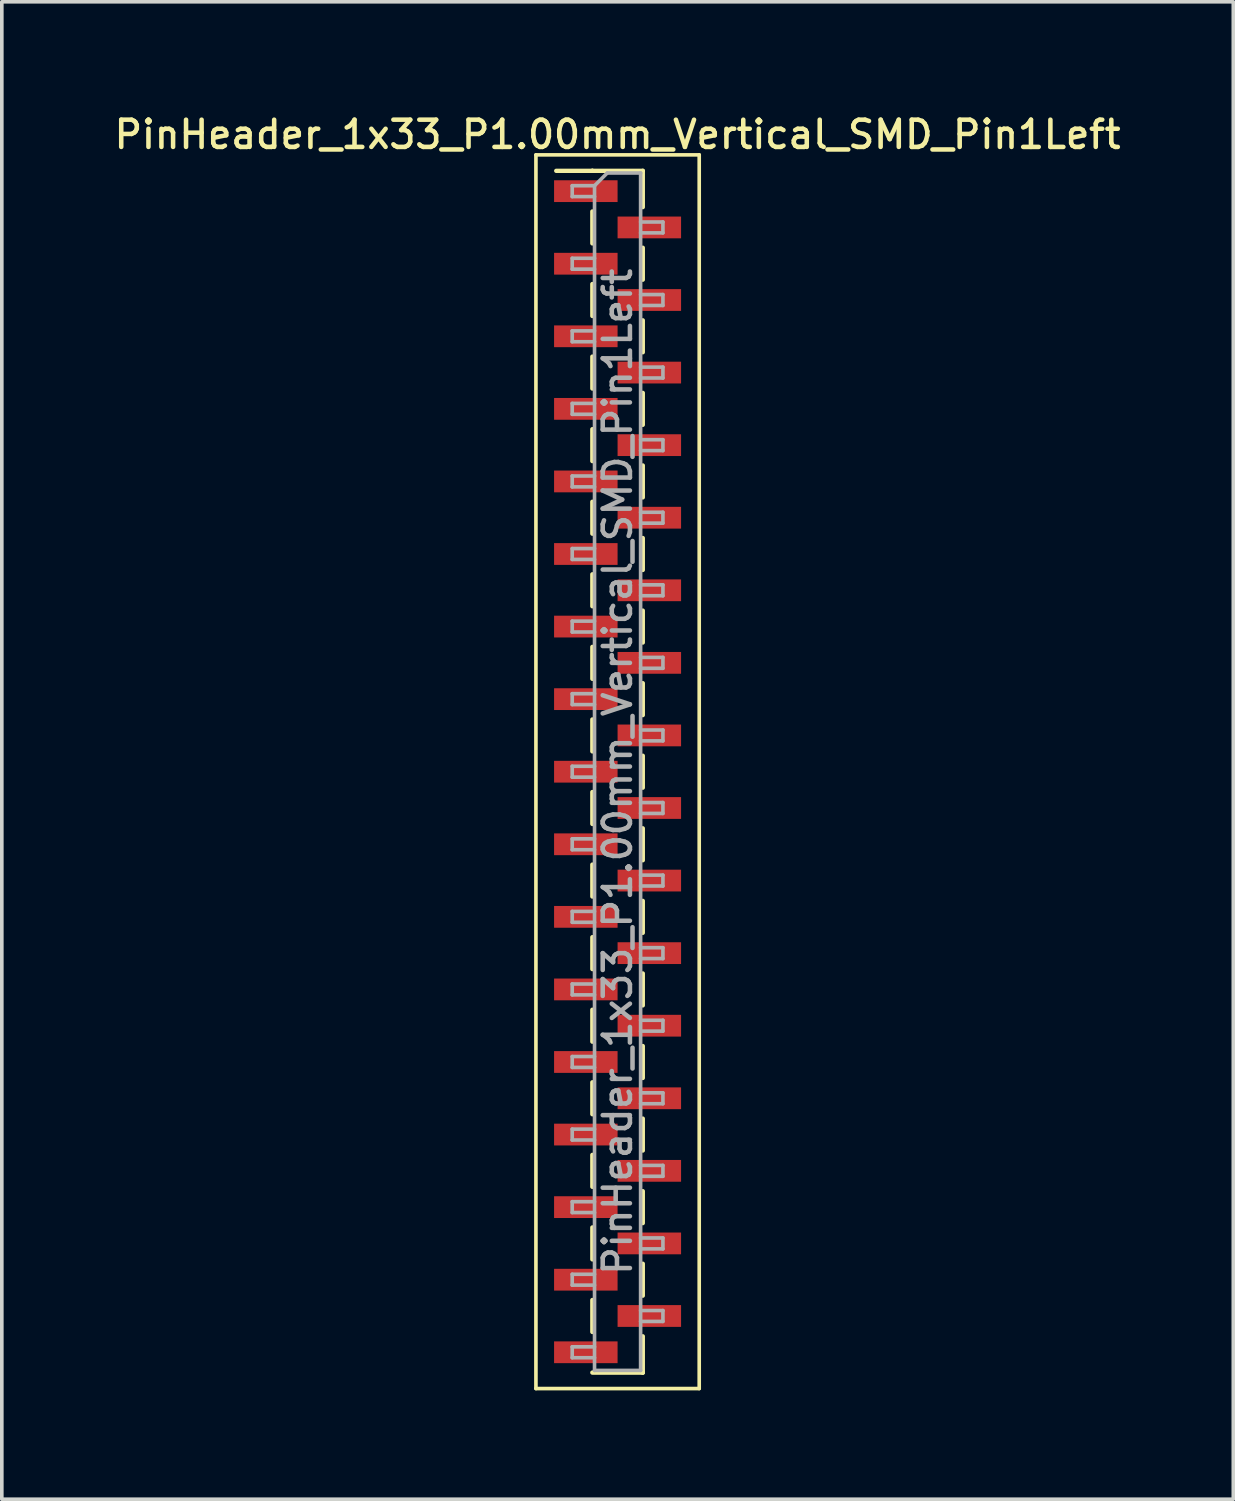
<source format=kicad_pcb>
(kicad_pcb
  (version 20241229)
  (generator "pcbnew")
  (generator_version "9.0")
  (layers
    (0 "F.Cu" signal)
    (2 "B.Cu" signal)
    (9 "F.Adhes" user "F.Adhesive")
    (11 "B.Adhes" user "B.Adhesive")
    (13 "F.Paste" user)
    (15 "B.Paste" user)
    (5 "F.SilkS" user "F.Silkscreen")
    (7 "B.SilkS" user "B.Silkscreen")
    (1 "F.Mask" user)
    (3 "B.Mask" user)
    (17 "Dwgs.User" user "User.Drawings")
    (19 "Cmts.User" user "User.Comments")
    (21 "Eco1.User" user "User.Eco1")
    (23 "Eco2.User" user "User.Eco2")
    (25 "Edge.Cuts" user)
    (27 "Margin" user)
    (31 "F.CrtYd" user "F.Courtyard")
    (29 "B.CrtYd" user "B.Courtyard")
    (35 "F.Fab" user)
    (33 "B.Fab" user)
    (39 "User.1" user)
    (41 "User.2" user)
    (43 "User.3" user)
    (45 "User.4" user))
  (footprint "PinHeader_1x33_P1.00mm_Vertical_SMD_Pin1Left"
    (layer "F.Cu")
    (at 13.97 18.218)
    (property "Reference" "PinHeader_1x33_P1.00mm_Vertical_SMD_Pin1Left" (at 0 -17.56 0) (layer "F.SilkS") (effects (font (size 0.75 0.75) (thickness 0.125))))
    (attr smd)
    (fp_line (start -2.25 -17) (end -2.25 17) (stroke (width 0.1) (type solid)) (layer "F.SilkS"))
    (fp_line (start -2.25 17) (end 2.25 17) (stroke (width 0.1) (type solid)) (layer "F.SilkS"))
    (fp_line (start -0.695 -16.56) (end -1.69 -16.56) (stroke (width 0.12) (type solid)) (layer "F.SilkS"))
    (fp_line (start -0.695 -16.56) (end -0.695 -16.56) (stroke (width 0.12) (type solid)) (layer "F.SilkS"))
    (fp_line (start -0.695 -16.56) (end 0.695 -16.56) (stroke (width 0.12) (type solid)) (layer "F.SilkS"))
    (fp_line (start -0.695 -15.44) (end -0.695 -14.56) (stroke (width 0.12) (type solid)) (layer "F.SilkS"))
    (fp_line (start -0.695 -13.44) (end -0.695 -12.56) (stroke (width 0.12) (type solid)) (layer "F.SilkS"))
    (fp_line (start -0.695 -11.44) (end -0.695 -10.56) (stroke (width 0.12) (type solid)) (layer "F.SilkS"))
    (fp_line (start -0.695 -9.44) (end -0.695 -8.56) (stroke (width 0.12) (type solid)) (layer "F.SilkS"))
    (fp_line (start -0.695 -7.44) (end -0.695 -6.56) (stroke (width 0.12) (type solid)) (layer "F.SilkS"))
    (fp_line (start -0.695 -5.44) (end -0.695 -4.56) (stroke (width 0.12) (type solid)) (layer "F.SilkS"))
    (fp_line (start -0.695 -3.44) (end -0.695 -2.56) (stroke (width 0.12) (type solid)) (layer "F.SilkS"))
    (fp_line (start -0.695 -1.44) (end -0.695 -0.56) (stroke (width 0.12) (type solid)) (layer "F.SilkS"))
    (fp_line (start -0.695 0.56) (end -0.695 1.44) (stroke (width 0.12) (type solid)) (layer "F.SilkS"))
    (fp_line (start -0.695 2.56) (end -0.695 3.44) (stroke (width 0.12) (type solid)) (layer "F.SilkS"))
    (fp_line (start -0.695 4.56) (end -0.695 5.44) (stroke (width 0.12) (type solid)) (layer "F.SilkS"))
    (fp_line (start -0.695 6.56) (end -0.695 7.44) (stroke (width 0.12) (type solid)) (layer "F.SilkS"))
    (fp_line (start -0.695 8.56) (end -0.695 9.44) (stroke (width 0.12) (type solid)) (layer "F.SilkS"))
    (fp_line (start -0.695 10.56) (end -0.695 11.44) (stroke (width 0.12) (type solid)) (layer "F.SilkS"))
    (fp_line (start -0.695 12.56) (end -0.695 13.44) (stroke (width 0.12) (type solid)) (layer "F.SilkS"))
    (fp_line (start -0.695 14.56) (end -0.695 15.44) (stroke (width 0.12) (type solid)) (layer "F.SilkS"))
    (fp_line (start -0.695 16.56) (end 0.695 16.56) (stroke (width 0.12) (type solid)) (layer "F.SilkS"))
    (fp_line (start 0.695 -16.56) (end 0.695 -15.56) (stroke (width 0.12) (type solid)) (layer "F.SilkS"))
    (fp_line (start 0.695 -14.44) (end 0.695 -13.56) (stroke (width 0.12) (type solid)) (layer "F.SilkS"))
    (fp_line (start 0.695 -12.44) (end 0.695 -11.56) (stroke (width 0.12) (type solid)) (layer "F.SilkS"))
    (fp_line (start 0.695 -10.44) (end 0.695 -9.56) (stroke (width 0.12) (type solid)) (layer "F.SilkS"))
    (fp_line (start 0.695 -8.44) (end 0.695 -7.56) (stroke (width 0.12) (type solid)) (layer "F.SilkS"))
    (fp_line (start 0.695 -6.44) (end 0.695 -5.56) (stroke (width 0.12) (type solid)) (layer "F.SilkS"))
    (fp_line (start 0.695 -4.44) (end 0.695 -3.56) (stroke (width 0.12) (type solid)) (layer "F.SilkS"))
    (fp_line (start 0.695 -2.44) (end 0.695 -1.56) (stroke (width 0.12) (type solid)) (layer "F.SilkS"))
    (fp_line (start 0.695 -0.44) (end 0.695 0.44) (stroke (width 0.12) (type solid)) (layer "F.SilkS"))
    (fp_line (start 0.695 1.56) (end 0.695 2.44) (stroke (width 0.12) (type solid)) (layer "F.SilkS"))
    (fp_line (start 0.695 3.56) (end 0.695 4.44) (stroke (width 0.12) (type solid)) (layer "F.SilkS"))
    (fp_line (start 0.695 5.56) (end 0.695 6.44) (stroke (width 0.12) (type solid)) (layer "F.SilkS"))
    (fp_line (start 0.695 7.56) (end 0.695 8.44) (stroke (width 0.12) (type solid)) (layer "F.SilkS"))
    (fp_line (start 0.695 9.56) (end 0.695 10.44) (stroke (width 0.12) (type solid)) (layer "F.SilkS"))
    (fp_line (start 0.695 11.56) (end 0.695 12.44) (stroke (width 0.12) (type solid)) (layer "F.SilkS"))
    (fp_line (start 0.695 13.56) (end 0.695 14.44) (stroke (width 0.12) (type solid)) (layer "F.SilkS"))
    (fp_line (start 0.695 15.56) (end 0.695 16.56) (stroke (width 0.12) (type solid)) (layer "F.SilkS"))
    (fp_line (start 0.695 16.56) (end 0.695 16.56) (stroke (width 0.12) (type solid)) (layer "F.SilkS"))
    (fp_line (start 2.25 -17) (end -2.25 -17) (stroke (width 0.1) (type solid)) (layer "F.SilkS"))
    (fp_line (start 2.25 17) (end 2.25 -17) (stroke (width 0.1) (type solid)) (layer "F.SilkS"))
    (fp_line (start -1.25 -16.15) (end -1.25 -15.85) (stroke (width 0.1) (type solid)) (layer "F.Fab"))
    (fp_line (start -1.25 -15.85) (end -0.635 -15.85) (stroke (width 0.1) (type solid)) (layer "F.Fab"))
    (fp_line (start -1.25 -14.15) (end -1.25 -13.85) (stroke (width 0.1) (type solid)) (layer "F.Fab"))
    (fp_line (start -1.25 -13.85) (end -0.635 -13.85) (stroke (width 0.1) (type solid)) (layer "F.Fab"))
    (fp_line (start -1.25 -12.15) (end -1.25 -11.85) (stroke (width 0.1) (type solid)) (layer "F.Fab"))
    (fp_line (start -1.25 -11.85) (end -0.635 -11.85) (stroke (width 0.1) (type solid)) (layer "F.Fab"))
    (fp_line (start -1.25 -10.15) (end -1.25 -9.85) (stroke (width 0.1) (type solid)) (layer "F.Fab"))
    (fp_line (start -1.25 -9.85) (end -0.635 -9.85) (stroke (width 0.1) (type solid)) (layer "F.Fab"))
    (fp_line (start -1.25 -8.15) (end -1.25 -7.85) (stroke (width 0.1) (type solid)) (layer "F.Fab"))
    (fp_line (start -1.25 -7.85) (end -0.635 -7.85) (stroke (width 0.1) (type solid)) (layer "F.Fab"))
    (fp_line (start -1.25 -6.15) (end -1.25 -5.85) (stroke (width 0.1) (type solid)) (layer "F.Fab"))
    (fp_line (start -1.25 -5.85) (end -0.635 -5.85) (stroke (width 0.1) (type solid)) (layer "F.Fab"))
    (fp_line (start -1.25 -4.15) (end -1.25 -3.85) (stroke (width 0.1) (type solid)) (layer "F.Fab"))
    (fp_line (start -1.25 -3.85) (end -0.635 -3.85) (stroke (width 0.1) (type solid)) (layer "F.Fab"))
    (fp_line (start -1.25 -2.15) (end -1.25 -1.85) (stroke (width 0.1) (type solid)) (layer "F.Fab"))
    (fp_line (start -1.25 -1.85) (end -0.635 -1.85) (stroke (width 0.1) (type solid)) (layer "F.Fab"))
    (fp_line (start -1.25 -0.15) (end -1.25 0.15) (stroke (width 0.1) (type solid)) (layer "F.Fab"))
    (fp_line (start -1.25 0.15) (end -0.635 0.15) (stroke (width 0.1) (type solid)) (layer "F.Fab"))
    (fp_line (start -1.25 1.85) (end -1.25 2.15) (stroke (width 0.1) (type solid)) (layer "F.Fab"))
    (fp_line (start -1.25 2.15) (end -0.635 2.15) (stroke (width 0.1) (type solid)) (layer "F.Fab"))
    (fp_line (start -1.25 3.85) (end -1.25 4.15) (stroke (width 0.1) (type solid)) (layer "F.Fab"))
    (fp_line (start -1.25 4.15) (end -0.635 4.15) (stroke (width 0.1) (type solid)) (layer "F.Fab"))
    (fp_line (start -1.25 5.85) (end -1.25 6.15) (stroke (width 0.1) (type solid)) (layer "F.Fab"))
    (fp_line (start -1.25 6.15) (end -0.635 6.15) (stroke (width 0.1) (type solid)) (layer "F.Fab"))
    (fp_line (start -1.25 7.85) (end -1.25 8.15) (stroke (width 0.1) (type solid)) (layer "F.Fab"))
    (fp_line (start -1.25 8.15) (end -0.635 8.15) (stroke (width 0.1) (type solid)) (layer "F.Fab"))
    (fp_line (start -1.25 9.85) (end -1.25 10.15) (stroke (width 0.1) (type solid)) (layer "F.Fab"))
    (fp_line (start -1.25 10.15) (end -0.635 10.15) (stroke (width 0.1) (type solid)) (layer "F.Fab"))
    (fp_line (start -1.25 11.85) (end -1.25 12.15) (stroke (width 0.1) (type solid)) (layer "F.Fab"))
    (fp_line (start -1.25 12.15) (end -0.635 12.15) (stroke (width 0.1) (type solid)) (layer "F.Fab"))
    (fp_line (start -1.25 13.85) (end -1.25 14.15) (stroke (width 0.1) (type solid)) (layer "F.Fab"))
    (fp_line (start -1.25 14.15) (end -0.635 14.15) (stroke (width 0.1) (type solid)) (layer "F.Fab"))
    (fp_line (start -1.25 15.85) (end -1.25 16.15) (stroke (width 0.1) (type solid)) (layer "F.Fab"))
    (fp_line (start -1.25 16.15) (end -0.635 16.15) (stroke (width 0.1) (type solid)) (layer "F.Fab"))
    (fp_line (start -0.635 -16.15) (end -1.25 -16.15) (stroke (width 0.1) (type solid)) (layer "F.Fab"))
    (fp_line (start -0.635 -16.15) (end -0.285 -16.5) (stroke (width 0.1) (type solid)) (layer "F.Fab"))
    (fp_line (start -0.635 -14.15) (end -1.25 -14.15) (stroke (width 0.1) (type solid)) (layer "F.Fab"))
    (fp_line (start -0.635 -12.15) (end -1.25 -12.15) (stroke (width 0.1) (type solid)) (layer "F.Fab"))
    (fp_line (start -0.635 -10.15) (end -1.25 -10.15) (stroke (width 0.1) (type solid)) (layer "F.Fab"))
    (fp_line (start -0.635 -8.15) (end -1.25 -8.15) (stroke (width 0.1) (type solid)) (layer "F.Fab"))
    (fp_line (start -0.635 -6.15) (end -1.25 -6.15) (stroke (width 0.1) (type solid)) (layer "F.Fab"))
    (fp_line (start -0.635 -4.15) (end -1.25 -4.15) (stroke (width 0.1) (type solid)) (layer "F.Fab"))
    (fp_line (start -0.635 -2.15) (end -1.25 -2.15) (stroke (width 0.1) (type solid)) (layer "F.Fab"))
    (fp_line (start -0.635 -0.15) (end -1.25 -0.15) (stroke (width 0.1) (type solid)) (layer "F.Fab"))
    (fp_line (start -0.635 1.85) (end -1.25 1.85) (stroke (width 0.1) (type solid)) (layer "F.Fab"))
    (fp_line (start -0.635 3.85) (end -1.25 3.85) (stroke (width 0.1) (type solid)) (layer "F.Fab"))
    (fp_line (start -0.635 5.85) (end -1.25 5.85) (stroke (width 0.1) (type solid)) (layer "F.Fab"))
    (fp_line (start -0.635 7.85) (end -1.25 7.85) (stroke (width 0.1) (type solid)) (layer "F.Fab"))
    (fp_line (start -0.635 9.85) (end -1.25 9.85) (stroke (width 0.1) (type solid)) (layer "F.Fab"))
    (fp_line (start -0.635 11.85) (end -1.25 11.85) (stroke (width 0.1) (type solid)) (layer "F.Fab"))
    (fp_line (start -0.635 13.85) (end -1.25 13.85) (stroke (width 0.1) (type solid)) (layer "F.Fab"))
    (fp_line (start -0.635 15.85) (end -1.25 15.85) (stroke (width 0.1) (type solid)) (layer "F.Fab"))
    (fp_line (start -0.635 16.5) (end -0.635 -16.15) (stroke (width 0.1) (type solid)) (layer "F.Fab"))
    (fp_line (start -0.285 -16.5) (end 0.635 -16.5) (stroke (width 0.1) (type solid)) (layer "F.Fab"))
    (fp_line (start 0.635 -16.5) (end 0.635 16.5) (stroke (width 0.1) (type solid)) (layer "F.Fab"))
    (fp_line (start 0.635 -15.15) (end 1.25 -15.15) (stroke (width 0.1) (type solid)) (layer "F.Fab"))
    (fp_line (start 0.635 -13.15) (end 1.25 -13.15) (stroke (width 0.1) (type solid)) (layer "F.Fab"))
    (fp_line (start 0.635 -11.15) (end 1.25 -11.15) (stroke (width 0.1) (type solid)) (layer "F.Fab"))
    (fp_line (start 0.635 -9.15) (end 1.25 -9.15) (stroke (width 0.1) (type solid)) (layer "F.Fab"))
    (fp_line (start 0.635 -7.15) (end 1.25 -7.15) (stroke (width 0.1) (type solid)) (layer "F.Fab"))
    (fp_line (start 0.635 -5.15) (end 1.25 -5.15) (stroke (width 0.1) (type solid)) (layer "F.Fab"))
    (fp_line (start 0.635 -3.15) (end 1.25 -3.15) (stroke (width 0.1) (type solid)) (layer "F.Fab"))
    (fp_line (start 0.635 -1.15) (end 1.25 -1.15) (stroke (width 0.1) (type solid)) (layer "F.Fab"))
    (fp_line (start 0.635 0.85) (end 1.25 0.85) (stroke (width 0.1) (type solid)) (layer "F.Fab"))
    (fp_line (start 0.635 2.85) (end 1.25 2.85) (stroke (width 0.1) (type solid)) (layer "F.Fab"))
    (fp_line (start 0.635 4.85) (end 1.25 4.85) (stroke (width 0.1) (type solid)) (layer "F.Fab"))
    (fp_line (start 0.635 6.85) (end 1.25 6.85) (stroke (width 0.1) (type solid)) (layer "F.Fab"))
    (fp_line (start 0.635 8.85) (end 1.25 8.85) (stroke (width 0.1) (type solid)) (layer "F.Fab"))
    (fp_line (start 0.635 10.85) (end 1.25 10.85) (stroke (width 0.1) (type solid)) (layer "F.Fab"))
    (fp_line (start 0.635 12.85) (end 1.25 12.85) (stroke (width 0.1) (type solid)) (layer "F.Fab"))
    (fp_line (start 0.635 14.85) (end 1.25 14.85) (stroke (width 0.1) (type solid)) (layer "F.Fab"))
    (fp_line (start 0.635 16.5) (end -0.635 16.5) (stroke (width 0.1) (type solid)) (layer "F.Fab"))
    (fp_line (start 1.25 -15.15) (end 1.25 -14.85) (stroke (width 0.1) (type solid)) (layer "F.Fab"))
    (fp_line (start 1.25 -14.85) (end 0.635 -14.85) (stroke (width 0.1) (type solid)) (layer "F.Fab"))
    (fp_line (start 1.25 -13.15) (end 1.25 -12.85) (stroke (width 0.1) (type solid)) (layer "F.Fab"))
    (fp_line (start 1.25 -12.85) (end 0.635 -12.85) (stroke (width 0.1) (type solid)) (layer "F.Fab"))
    (fp_line (start 1.25 -11.15) (end 1.25 -10.85) (stroke (width 0.1) (type solid)) (layer "F.Fab"))
    (fp_line (start 1.25 -10.85) (end 0.635 -10.85) (stroke (width 0.1) (type solid)) (layer "F.Fab"))
    (fp_line (start 1.25 -9.15) (end 1.25 -8.85) (stroke (width 0.1) (type solid)) (layer "F.Fab"))
    (fp_line (start 1.25 -8.85) (end 0.635 -8.85) (stroke (width 0.1) (type solid)) (layer "F.Fab"))
    (fp_line (start 1.25 -7.15) (end 1.25 -6.85) (stroke (width 0.1) (type solid)) (layer "F.Fab"))
    (fp_line (start 1.25 -6.85) (end 0.635 -6.85) (stroke (width 0.1) (type solid)) (layer "F.Fab"))
    (fp_line (start 1.25 -5.15) (end 1.25 -4.85) (stroke (width 0.1) (type solid)) (layer "F.Fab"))
    (fp_line (start 1.25 -4.85) (end 0.635 -4.85) (stroke (width 0.1) (type solid)) (layer "F.Fab"))
    (fp_line (start 1.25 -3.15) (end 1.25 -2.85) (stroke (width 0.1) (type solid)) (layer "F.Fab"))
    (fp_line (start 1.25 -2.85) (end 0.635 -2.85) (stroke (width 0.1) (type solid)) (layer "F.Fab"))
    (fp_line (start 1.25 -1.15) (end 1.25 -0.85) (stroke (width 0.1) (type solid)) (layer "F.Fab"))
    (fp_line (start 1.25 -0.85) (end 0.635 -0.85) (stroke (width 0.1) (type solid)) (layer "F.Fab"))
    (fp_line (start 1.25 0.85) (end 1.25 1.15) (stroke (width 0.1) (type solid)) (layer "F.Fab"))
    (fp_line (start 1.25 1.15) (end 0.635 1.15) (stroke (width 0.1) (type solid)) (layer "F.Fab"))
    (fp_line (start 1.25 2.85) (end 1.25 3.15) (stroke (width 0.1) (type solid)) (layer "F.Fab"))
    (fp_line (start 1.25 3.15) (end 0.635 3.15) (stroke (width 0.1) (type solid)) (layer "F.Fab"))
    (fp_line (start 1.25 4.85) (end 1.25 5.15) (stroke (width 0.1) (type solid)) (layer "F.Fab"))
    (fp_line (start 1.25 5.15) (end 0.635 5.15) (stroke (width 0.1) (type solid)) (layer "F.Fab"))
    (fp_line (start 1.25 6.85) (end 1.25 7.15) (stroke (width 0.1) (type solid)) (layer "F.Fab"))
    (fp_line (start 1.25 7.15) (end 0.635 7.15) (stroke (width 0.1) (type solid)) (layer "F.Fab"))
    (fp_line (start 1.25 8.85) (end 1.25 9.15) (stroke (width 0.1) (type solid)) (layer "F.Fab"))
    (fp_line (start 1.25 9.15) (end 0.635 9.15) (stroke (width 0.1) (type solid)) (layer "F.Fab"))
    (fp_line (start 1.25 10.85) (end 1.25 11.15) (stroke (width 0.1) (type solid)) (layer "F.Fab"))
    (fp_line (start 1.25 11.15) (end 0.635 11.15) (stroke (width 0.1) (type solid)) (layer "F.Fab"))
    (fp_line (start 1.25 12.85) (end 1.25 13.15) (stroke (width 0.1) (type solid)) (layer "F.Fab"))
    (fp_line (start 1.25 13.15) (end 0.635 13.15) (stroke (width 0.1) (type solid)) (layer "F.Fab"))
    (fp_line (start 1.25 14.85) (end 1.25 15.15) (stroke (width 0.1) (type solid)) (layer "F.Fab"))
    (fp_line (start 1.25 15.15) (end 0.635 15.15) (stroke (width 0.1) (type solid)) (layer "F.Fab"))
    (fp_text user "${REFERENCE}" (at 0 0 90) (layer "F.Fab") (effects (font (size 0.75 0.75) (thickness 0.125))))
    (pad "1" smd rect (at -0.875 -16) (size 1.75 0.6) (layers "F.Cu" "F.Mask" "F.Paste"))
    (pad "2" smd rect (at 0.875 -15) (size 1.75 0.6) (layers "F.Cu" "F.Mask" "F.Paste"))
    (pad "3" smd rect (at -0.875 -14) (size 1.75 0.6) (layers "F.Cu" "F.Mask" "F.Paste"))
    (pad "4" smd rect (at 0.875 -13) (size 1.75 0.6) (layers "F.Cu" "F.Mask" "F.Paste"))
    (pad "5" smd rect (at -0.875 -12) (size 1.75 0.6) (layers "F.Cu" "F.Mask" "F.Paste"))
    (pad "6" smd rect (at 0.875 -11) (size 1.75 0.6) (layers "F.Cu" "F.Mask" "F.Paste"))
    (pad "7" smd rect (at -0.875 -10) (size 1.75 0.6) (layers "F.Cu" "F.Mask" "F.Paste"))
    (pad "8" smd rect (at 0.875 -9) (size 1.75 0.6) (layers "F.Cu" "F.Mask" "F.Paste"))
    (pad "9" smd rect (at -0.875 -8) (size 1.75 0.6) (layers "F.Cu" "F.Mask" "F.Paste"))
    (pad "10" smd rect (at 0.875 -7) (size 1.75 0.6) (layers "F.Cu" "F.Mask" "F.Paste"))
    (pad "11" smd rect (at -0.875 -6) (size 1.75 0.6) (layers "F.Cu" "F.Mask" "F.Paste"))
    (pad "12" smd rect (at 0.875 -5) (size 1.75 0.6) (layers "F.Cu" "F.Mask" "F.Paste"))
    (pad "13" smd rect (at -0.875 -4) (size 1.75 0.6) (layers "F.Cu" "F.Mask" "F.Paste"))
    (pad "14" smd rect (at 0.875 -3) (size 1.75 0.6) (layers "F.Cu" "F.Mask" "F.Paste"))
    (pad "15" smd rect (at -0.875 -2) (size 1.75 0.6) (layers "F.Cu" "F.Mask" "F.Paste"))
    (pad "16" smd rect (at 0.875 -1) (size 1.75 0.6) (layers "F.Cu" "F.Mask" "F.Paste"))
    (pad "17" smd rect (at -0.875 0) (size 1.75 0.6) (layers "F.Cu" "F.Mask" "F.Paste"))
    (pad "18" smd rect (at 0.875 1) (size 1.75 0.6) (layers "F.Cu" "F.Mask" "F.Paste"))
    (pad "19" smd rect (at -0.875 2) (size 1.75 0.6) (layers "F.Cu" "F.Mask" "F.Paste"))
    (pad "20" smd rect (at 0.875 3) (size 1.75 0.6) (layers "F.Cu" "F.Mask" "F.Paste"))
    (pad "21" smd rect (at -0.875 4) (size 1.75 0.6) (layers "F.Cu" "F.Mask" "F.Paste"))
    (pad "22" smd rect (at 0.875 5) (size 1.75 0.6) (layers "F.Cu" "F.Mask" "F.Paste"))
    (pad "23" smd rect (at -0.875 6) (size 1.75 0.6) (layers "F.Cu" "F.Mask" "F.Paste"))
    (pad "24" smd rect (at 0.875 7) (size 1.75 0.6) (layers "F.Cu" "F.Mask" "F.Paste"))
    (pad "25" smd rect (at -0.875 8) (size 1.75 0.6) (layers "F.Cu" "F.Mask" "F.Paste"))
    (pad "26" smd rect (at 0.875 9) (size 1.75 0.6) (layers "F.Cu" "F.Mask" "F.Paste"))
    (pad "27" smd rect (at -0.875 10) (size 1.75 0.6) (layers "F.Cu" "F.Mask" "F.Paste"))
    (pad "28" smd rect (at 0.875 11) (size 1.75 0.6) (layers "F.Cu" "F.Mask" "F.Paste"))
    (pad "29" smd rect (at -0.875 12) (size 1.75 0.6) (layers "F.Cu" "F.Mask" "F.Paste"))
    (pad "30" smd rect (at 0.875 13) (size 1.75 0.6) (layers "F.Cu" "F.Mask" "F.Paste"))
    (pad "31" smd rect (at -0.875 14) (size 1.75 0.6) (layers "F.Cu" "F.Mask" "F.Paste"))
    (pad "32" smd rect (at 0.875 15) (size 1.75 0.6) (layers "F.Cu" "F.Mask" "F.Paste"))
    (pad "33" smd rect (at -0.875 16) (size 1.75 0.6) (layers "F.Cu" "F.Mask" "F.Paste")))
  (gr_rect
    (start -3 -3)
    (end 30.939 38.268)
    (stroke (width 0.1) (type default))
    (fill no)
    (layer "Edge.Cuts")))
</source>
